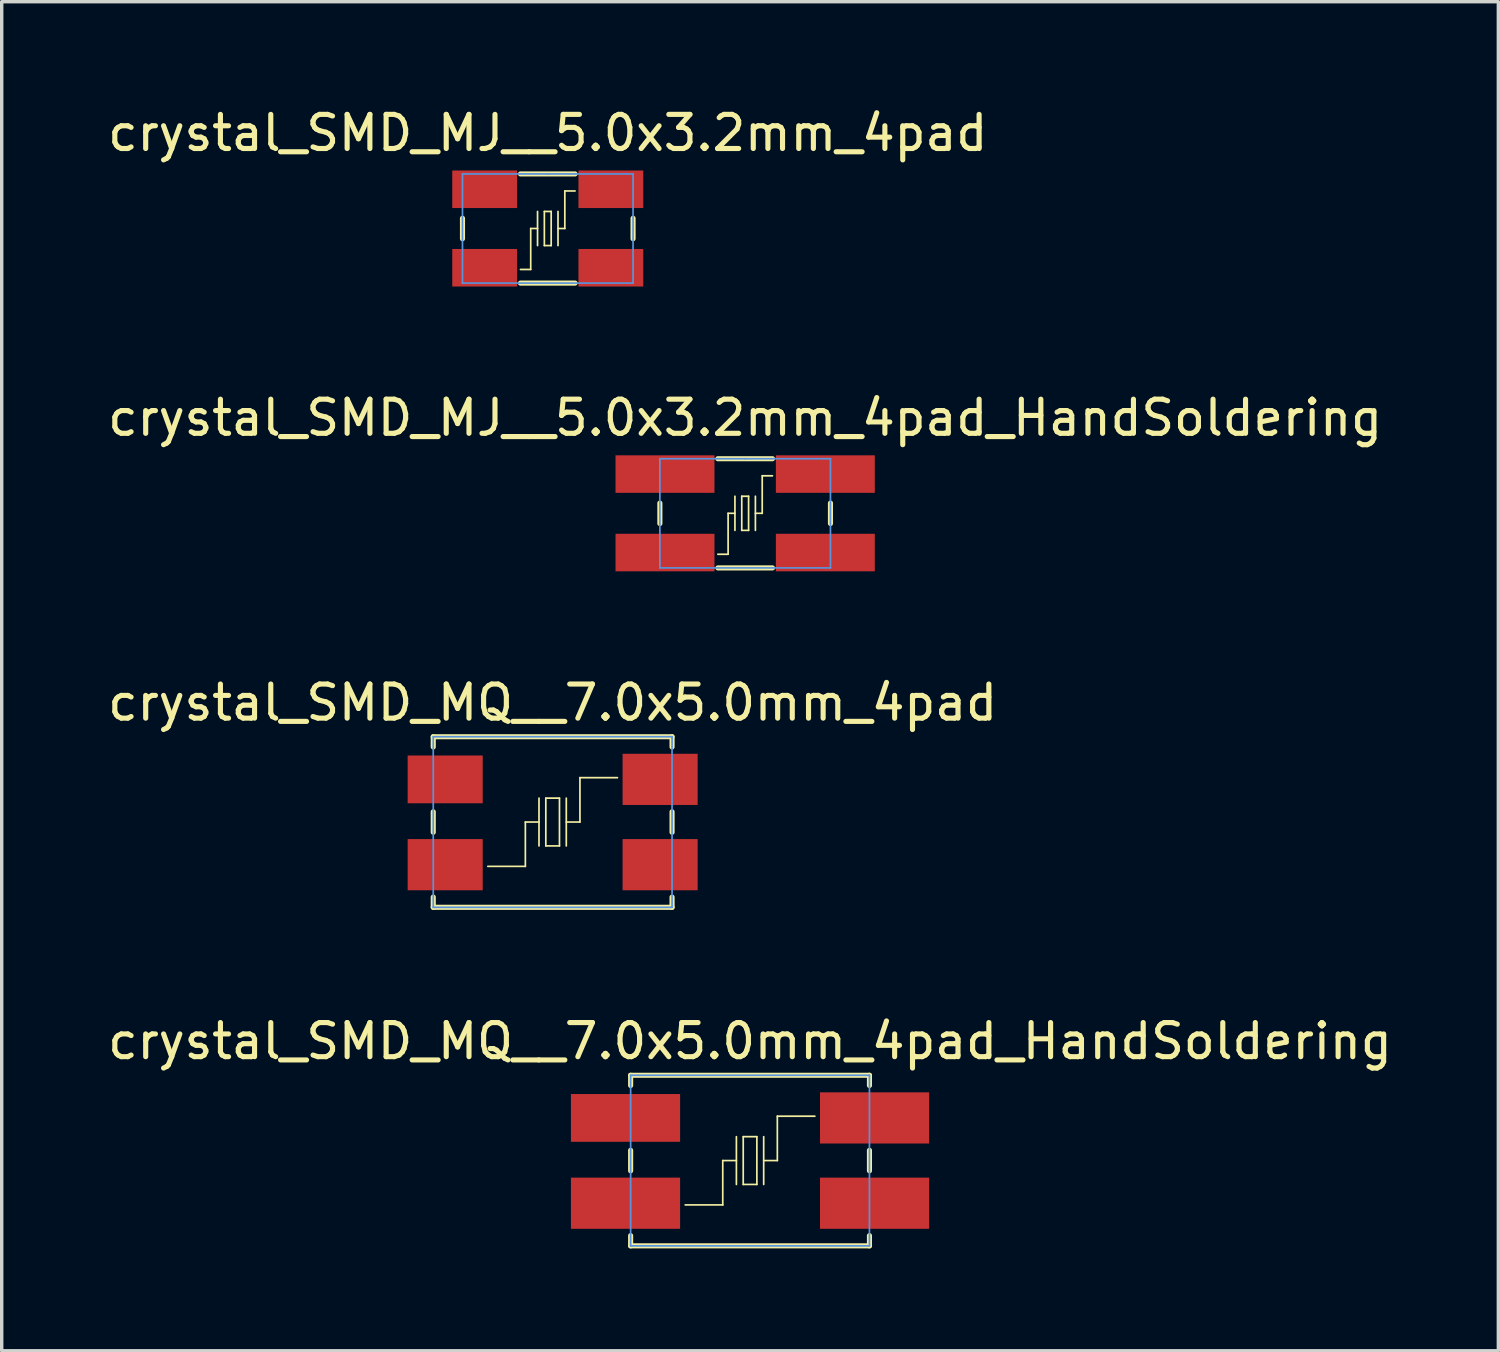
<source format=kicad_pcb>
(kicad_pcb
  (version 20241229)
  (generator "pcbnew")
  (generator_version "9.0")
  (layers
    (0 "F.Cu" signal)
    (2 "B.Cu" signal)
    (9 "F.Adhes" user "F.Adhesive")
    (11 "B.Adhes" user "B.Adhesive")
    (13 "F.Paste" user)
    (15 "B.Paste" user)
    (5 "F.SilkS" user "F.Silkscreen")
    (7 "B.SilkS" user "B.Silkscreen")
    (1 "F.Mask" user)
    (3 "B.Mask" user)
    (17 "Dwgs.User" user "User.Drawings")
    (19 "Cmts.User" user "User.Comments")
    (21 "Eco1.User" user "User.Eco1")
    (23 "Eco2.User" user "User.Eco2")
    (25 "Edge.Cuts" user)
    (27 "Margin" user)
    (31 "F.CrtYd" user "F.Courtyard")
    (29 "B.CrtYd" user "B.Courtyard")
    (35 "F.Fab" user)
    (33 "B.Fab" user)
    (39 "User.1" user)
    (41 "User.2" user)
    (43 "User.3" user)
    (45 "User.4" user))
  (footprint "crystal_SMD_MJ__5.0x3.2mm_4pad_HandSoldering"
    (layer "F.Cu")
    (at 18.792 11.996)
    (property "Reference" "crystal_SMD_MJ__5.0x3.2mm_4pad_HandSoldering" (at 0 -2.8 0) (layer "F.SilkS") (effects (font (size 1 1) (thickness 0.15))))
    (attr through_hole)
    (fp_line (start -2.5 -0.3) (end -2.5 0.3) (stroke (width 0.15) (type solid)) (layer "F.SilkS"))
    (fp_line (start -0.8 -1.6) (end 0.8 -1.6) (stroke (width 0.15) (type solid)) (layer "F.SilkS"))
    (fp_line (start -0.8 1.6) (end 0.8 1.6) (stroke (width 0.15) (type solid)) (layer "F.SilkS"))
    (fp_line (start -0.5 0) (end -0.5 1.2) (stroke (width 0.05) (type solid)) (layer "F.SilkS"))
    (fp_line (start -0.5 1.2) (end -0.8 1.2) (stroke (width 0.05) (type solid)) (layer "F.SilkS"))
    (fp_line (start -0.3 -0.5) (end -0.3 0.5) (stroke (width 0.05) (type solid)) (layer "F.SilkS"))
    (fp_line (start -0.3 0) (end -0.5 0) (stroke (width 0.05) (type solid)) (layer "F.SilkS"))
    (fp_line (start -0.1 -0.5) (end 0.1 -0.5) (stroke (width 0.05) (type solid)) (layer "F.SilkS"))
    (fp_line (start -0.1 0.5) (end -0.1 -0.5) (stroke (width 0.05) (type solid)) (layer "F.SilkS"))
    (fp_line (start 0.1 -0.5) (end 0.1 0.5) (stroke (width 0.05) (type solid)) (layer "F.SilkS"))
    (fp_line (start 0.1 0.5) (end -0.1 0.5) (stroke (width 0.05) (type solid)) (layer "F.SilkS"))
    (fp_line (start 0.3 -0.5) (end 0.3 0.5) (stroke (width 0.05) (type solid)) (layer "F.SilkS"))
    (fp_line (start 0.3 0) (end 0.5 0) (stroke (width 0.05) (type solid)) (layer "F.SilkS"))
    (fp_line (start 0.5 -1.1) (end 0.8 -1.1) (stroke (width 0.05) (type solid)) (layer "F.SilkS"))
    (fp_line (start 0.5 0) (end 0.5 -1.1) (stroke (width 0.05) (type solid)) (layer "F.SilkS"))
    (fp_line (start 2.5 -0.3) (end 2.5 0.3) (stroke (width 0.15) (type solid)) (layer "F.SilkS"))
    (fp_line (start -2.5 -1.6) (end 0 -1.6) (stroke (width 0.05) (type solid)) (layer "Cmts.User"))
    (fp_line (start -2.5 1.6) (end -2.5 -1.6) (stroke (width 0.05) (type solid)) (layer "Cmts.User"))
    (fp_line (start 0 -1.6) (end 2.5 -1.6) (stroke (width 0.05) (type solid)) (layer "Cmts.User"))
    (fp_line (start 2.5 -1.6) (end 2.5 1.6) (stroke (width 0.05) (type solid)) (layer "Cmts.User"))
    (fp_line (start 2.5 1.6) (end -2.5 1.6) (stroke (width 0.05) (type solid)) (layer "Cmts.User"))
    (pad "1" smd rect (at -2.35 1.15) (size 2.9 1.1) (layers "F.Cu" "F.Mask" "F.Paste"))
    (pad "2" smd rect (at 2.35 1.15) (size 2.9 1.1) (layers "F.Cu" "F.Mask" "F.Paste"))
    (pad "3" smd rect (at 2.35 -1.15) (size 2.9 1.1) (layers "F.Cu" "F.Mask" "F.Paste"))
    (pad "4" smd rect (at -2.35 -1.15) (size 2.9 1.1) (layers "F.Cu" "F.Mask" "F.Paste")))
  (footprint "crystal_SMD_MQ__7.0x5.0mm_4pad_HandSoldering"
    (layer "F.Cu")
    (at 18.935 30.968)
    (property "Reference" "crystal_SMD_MQ__7.0x5.0mm_4pad_HandSoldering" (at 0 -3.5 0) (layer "F.SilkS") (effects (font (size 1 1) (thickness 0.15))))
    (attr through_hole)
    (fp_line (start -3.5 -2.5) (end -3.5 -2.2) (stroke (width 0.15) (type solid)) (layer "F.SilkS"))
    (fp_line (start -3.5 -2.5) (end 3.5 -2.5) (stroke (width 0.15) (type solid)) (layer "F.SilkS"))
    (fp_line (start -3.5 -0.3) (end -3.5 0.3) (stroke (width 0.15) (type solid)) (layer "F.SilkS"))
    (fp_line (start -3.5 2.5) (end -3.5 2.2) (stroke (width 0.15) (type solid)) (layer "F.SilkS"))
    (fp_line (start -0.8 0) (end -0.8 1.3) (stroke (width 0.05) (type solid)) (layer "F.SilkS"))
    (fp_line (start -0.8 1.3) (end -1.9 1.3) (stroke (width 0.05) (type solid)) (layer "F.SilkS"))
    (fp_line (start -0.4 -0.7) (end -0.4 0.7) (stroke (width 0.05) (type solid)) (layer "F.SilkS"))
    (fp_line (start -0.4 0) (end -0.8 0) (stroke (width 0.05) (type solid)) (layer "F.SilkS"))
    (fp_line (start -0.2 -0.7) (end 0.2 -0.7) (stroke (width 0.05) (type solid)) (layer "F.SilkS"))
    (fp_line (start -0.2 0.7) (end -0.2 -0.7) (stroke (width 0.05) (type solid)) (layer "F.SilkS"))
    (fp_line (start 0.2 -0.7) (end 0.2 0.7) (stroke (width 0.05) (type solid)) (layer "F.SilkS"))
    (fp_line (start 0.2 0.7) (end -0.2 0.7) (stroke (width 0.05) (type solid)) (layer "F.SilkS"))
    (fp_line (start 0.4 -0.7) (end 0.4 0.7) (stroke (width 0.05) (type solid)) (layer "F.SilkS"))
    (fp_line (start 0.4 0) (end 0.8 0) (stroke (width 0.05) (type solid)) (layer "F.SilkS"))
    (fp_line (start 0.8 -1.3) (end 1.9 -1.3) (stroke (width 0.05) (type solid)) (layer "F.SilkS"))
    (fp_line (start 0.8 0) (end 0.8 -1.3) (stroke (width 0.05) (type solid)) (layer "F.SilkS"))
    (fp_line (start 3.5 -2.5) (end 3.5 -2.2) (stroke (width 0.15) (type solid)) (layer "F.SilkS"))
    (fp_line (start 3.5 -0.3) (end 3.5 0.3) (stroke (width 0.15) (type solid)) (layer "F.SilkS"))
    (fp_line (start 3.5 2.5) (end -3.5 2.5) (stroke (width 0.15) (type solid)) (layer "F.SilkS"))
    (fp_line (start 3.5 2.5) (end 3.5 2.2) (stroke (width 0.15) (type solid)) (layer "F.SilkS"))
    (fp_line (start -3.5 -2.5) (end 3.5 -2.5) (stroke (width 0.05) (type solid)) (layer "Cmts.User"))
    (fp_line (start -3.5 2.5) (end -3.5 -2.5) (stroke (width 0.05) (type solid)) (layer "Cmts.User"))
    (fp_line (start 3.5 -2.5) (end 3.5 2.5) (stroke (width 0.05) (type solid)) (layer "Cmts.User"))
    (fp_line (start 3.5 2.5) (end -3.5 2.5) (stroke (width 0.05) (type solid)) (layer "Cmts.User"))
    (pad "1" smd rect (at -3.65 1.25) (size 3.2 1.5) (layers "F.Cu" "F.Mask" "F.Paste"))
    (pad "2" smd rect (at 3.65 1.25) (size 3.2 1.5) (layers "F.Cu" "F.Mask" "F.Paste"))
    (pad "3" smd rect (at 3.65 -1.25) (size 3.2 1.5) (layers "F.Cu" "F.Mask" "F.Paste"))
    (pad "4" smd rect (at -3.65 -1.25) (size 3.2 1.4) (layers "F.Cu" "F.Mask" "F.Paste")))
  (footprint "crystal_SMD_MJ__5.0x3.2mm_4pad"
    (layer "F.Cu")
    (at 13.006 3.648)
    (property "Reference" "crystal_SMD_MJ__5.0x3.2mm_4pad" (at 0 -2.8 0) (layer "F.SilkS") (effects (font (size 1 1) (thickness 0.15))))
    (attr through_hole)
    (fp_line (start -2.5 -0.3) (end -2.5 0.3) (stroke (width 0.15) (type solid)) (layer "F.SilkS"))
    (fp_line (start -0.8 -1.6) (end 0.8 -1.6) (stroke (width 0.15) (type solid)) (layer "F.SilkS"))
    (fp_line (start -0.8 1.6) (end 0.8 1.6) (stroke (width 0.15) (type solid)) (layer "F.SilkS"))
    (fp_line (start -0.5 0) (end -0.5 1.2) (stroke (width 0.05) (type solid)) (layer "F.SilkS"))
    (fp_line (start -0.5 1.2) (end -0.8 1.2) (stroke (width 0.05) (type solid)) (layer "F.SilkS"))
    (fp_line (start -0.3 -0.5) (end -0.3 0.5) (stroke (width 0.05) (type solid)) (layer "F.SilkS"))
    (fp_line (start -0.3 0) (end -0.5 0) (stroke (width 0.05) (type solid)) (layer "F.SilkS"))
    (fp_line (start -0.1 -0.5) (end 0.1 -0.5) (stroke (width 0.05) (type solid)) (layer "F.SilkS"))
    (fp_line (start -0.1 0.5) (end -0.1 -0.5) (stroke (width 0.05) (type solid)) (layer "F.SilkS"))
    (fp_line (start 0.1 -0.5) (end 0.1 0.5) (stroke (width 0.05) (type solid)) (layer "F.SilkS"))
    (fp_line (start 0.1 0.5) (end -0.1 0.5) (stroke (width 0.05) (type solid)) (layer "F.SilkS"))
    (fp_line (start 0.3 -0.5) (end 0.3 0.5) (stroke (width 0.05) (type solid)) (layer "F.SilkS"))
    (fp_line (start 0.3 0) (end 0.5 0) (stroke (width 0.05) (type solid)) (layer "F.SilkS"))
    (fp_line (start 0.5 -1.1) (end 0.8 -1.1) (stroke (width 0.05) (type solid)) (layer "F.SilkS"))
    (fp_line (start 0.5 0) (end 0.5 -1.1) (stroke (width 0.05) (type solid)) (layer "F.SilkS"))
    (fp_line (start 2.5 -0.3) (end 2.5 0.3) (stroke (width 0.15) (type solid)) (layer "F.SilkS"))
    (fp_line (start -2.5 -1.6) (end 0 -1.6) (stroke (width 0.05) (type solid)) (layer "Cmts.User"))
    (fp_line (start -2.5 1.6) (end -2.5 -1.6) (stroke (width 0.05) (type solid)) (layer "Cmts.User"))
    (fp_line (start 0 -1.6) (end 2.5 -1.6) (stroke (width 0.05) (type solid)) (layer "Cmts.User"))
    (fp_line (start 2.5 -1.6) (end 2.5 1.6) (stroke (width 0.05) (type solid)) (layer "Cmts.User"))
    (fp_line (start 2.5 1.6) (end -2.5 1.6) (stroke (width 0.05) (type solid)) (layer "Cmts.User"))
    (pad "1" smd rect (at -1.85 1.15) (size 1.9 1.1) (layers "F.Cu" "F.Mask" "F.Paste"))
    (pad "2" smd rect (at 1.85 1.15) (size 1.9 1.1) (layers "F.Cu" "F.Mask" "F.Paste"))
    (pad "3" smd rect (at 1.85 -1.15) (size 1.9 1.1) (layers "F.Cu" "F.Mask" "F.Paste"))
    (pad "4" smd rect (at -1.85 -1.15) (size 1.9 1.1) (layers "F.Cu" "F.Mask" "F.Paste")))
  (footprint "crystal_SMD_MQ__7.0x5.0mm_4pad"
    (layer "F.Cu")
    (at 13.149 21.045)
    (property "Reference" "crystal_SMD_MQ__7.0x5.0mm_4pad" (at 0 -3.5 0) (layer "F.SilkS") (effects (font (size 1 1) (thickness 0.15))))
    (attr through_hole)
    (fp_line (start -3.5 -2.5) (end -3.5 -2.2) (stroke (width 0.15) (type solid)) (layer "F.SilkS"))
    (fp_line (start -3.5 -2.5) (end 3.5 -2.5) (stroke (width 0.15) (type solid)) (layer "F.SilkS"))
    (fp_line (start -3.5 -0.3) (end -3.5 0.3) (stroke (width 0.15) (type solid)) (layer "F.SilkS"))
    (fp_line (start -3.5 2.5) (end -3.5 2.2) (stroke (width 0.15) (type solid)) (layer "F.SilkS"))
    (fp_line (start -0.8 0) (end -0.8 1.3) (stroke (width 0.05) (type solid)) (layer "F.SilkS"))
    (fp_line (start -0.8 1.3) (end -1.9 1.3) (stroke (width 0.05) (type solid)) (layer "F.SilkS"))
    (fp_line (start -0.4 -0.7) (end -0.4 0.7) (stroke (width 0.05) (type solid)) (layer "F.SilkS"))
    (fp_line (start -0.4 0) (end -0.8 0) (stroke (width 0.05) (type solid)) (layer "F.SilkS"))
    (fp_line (start -0.2 -0.7) (end 0.2 -0.7) (stroke (width 0.05) (type solid)) (layer "F.SilkS"))
    (fp_line (start -0.2 0.7) (end -0.2 -0.7) (stroke (width 0.05) (type solid)) (layer "F.SilkS"))
    (fp_line (start 0.2 -0.7) (end 0.2 0.7) (stroke (width 0.05) (type solid)) (layer "F.SilkS"))
    (fp_line (start 0.2 0.7) (end -0.2 0.7) (stroke (width 0.05) (type solid)) (layer "F.SilkS"))
    (fp_line (start 0.4 -0.7) (end 0.4 0.7) (stroke (width 0.05) (type solid)) (layer "F.SilkS"))
    (fp_line (start 0.4 0) (end 0.8 0) (stroke (width 0.05) (type solid)) (layer "F.SilkS"))
    (fp_line (start 0.8 -1.3) (end 1.9 -1.3) (stroke (width 0.05) (type solid)) (layer "F.SilkS"))
    (fp_line (start 0.8 0) (end 0.8 -1.3) (stroke (width 0.05) (type solid)) (layer "F.SilkS"))
    (fp_line (start 3.5 -2.5) (end 3.5 -2.2) (stroke (width 0.15) (type solid)) (layer "F.SilkS"))
    (fp_line (start 3.5 -0.3) (end 3.5 0.3) (stroke (width 0.15) (type solid)) (layer "F.SilkS"))
    (fp_line (start 3.5 2.5) (end -3.5 2.5) (stroke (width 0.15) (type solid)) (layer "F.SilkS"))
    (fp_line (start 3.5 2.5) (end 3.5 2.2) (stroke (width 0.15) (type solid)) (layer "F.SilkS"))
    (fp_line (start -3.5 -2.5) (end 3.5 -2.5) (stroke (width 0.05) (type solid)) (layer "Cmts.User"))
    (fp_line (start -3.5 2.5) (end -3.5 -2.5) (stroke (width 0.05) (type solid)) (layer "Cmts.User"))
    (fp_line (start 3.5 -2.5) (end 3.5 2.5) (stroke (width 0.05) (type solid)) (layer "Cmts.User"))
    (fp_line (start 3.5 2.5) (end -3.5 2.5) (stroke (width 0.05) (type solid)) (layer "Cmts.User"))
    (pad "1" smd rect (at -3.15 1.25) (size 2.2 1.5) (layers "F.Cu" "F.Mask" "F.Paste"))
    (pad "2" smd rect (at 3.15 1.25) (size 2.2 1.5) (layers "F.Cu" "F.Mask" "F.Paste"))
    (pad "3" smd rect (at 3.15 -1.25) (size 2.2 1.5) (layers "F.Cu" "F.Mask" "F.Paste"))
    (pad "4" smd rect (at -3.15 -1.25) (size 2.2 1.4) (layers "F.Cu" "F.Mask" "F.Paste")))
  (gr_rect
    (start -3 -3)
    (end 40.869 36.543)
    (stroke (width 0.1) (type default))
    (fill no)
    (layer "Edge.Cuts")))
</source>
